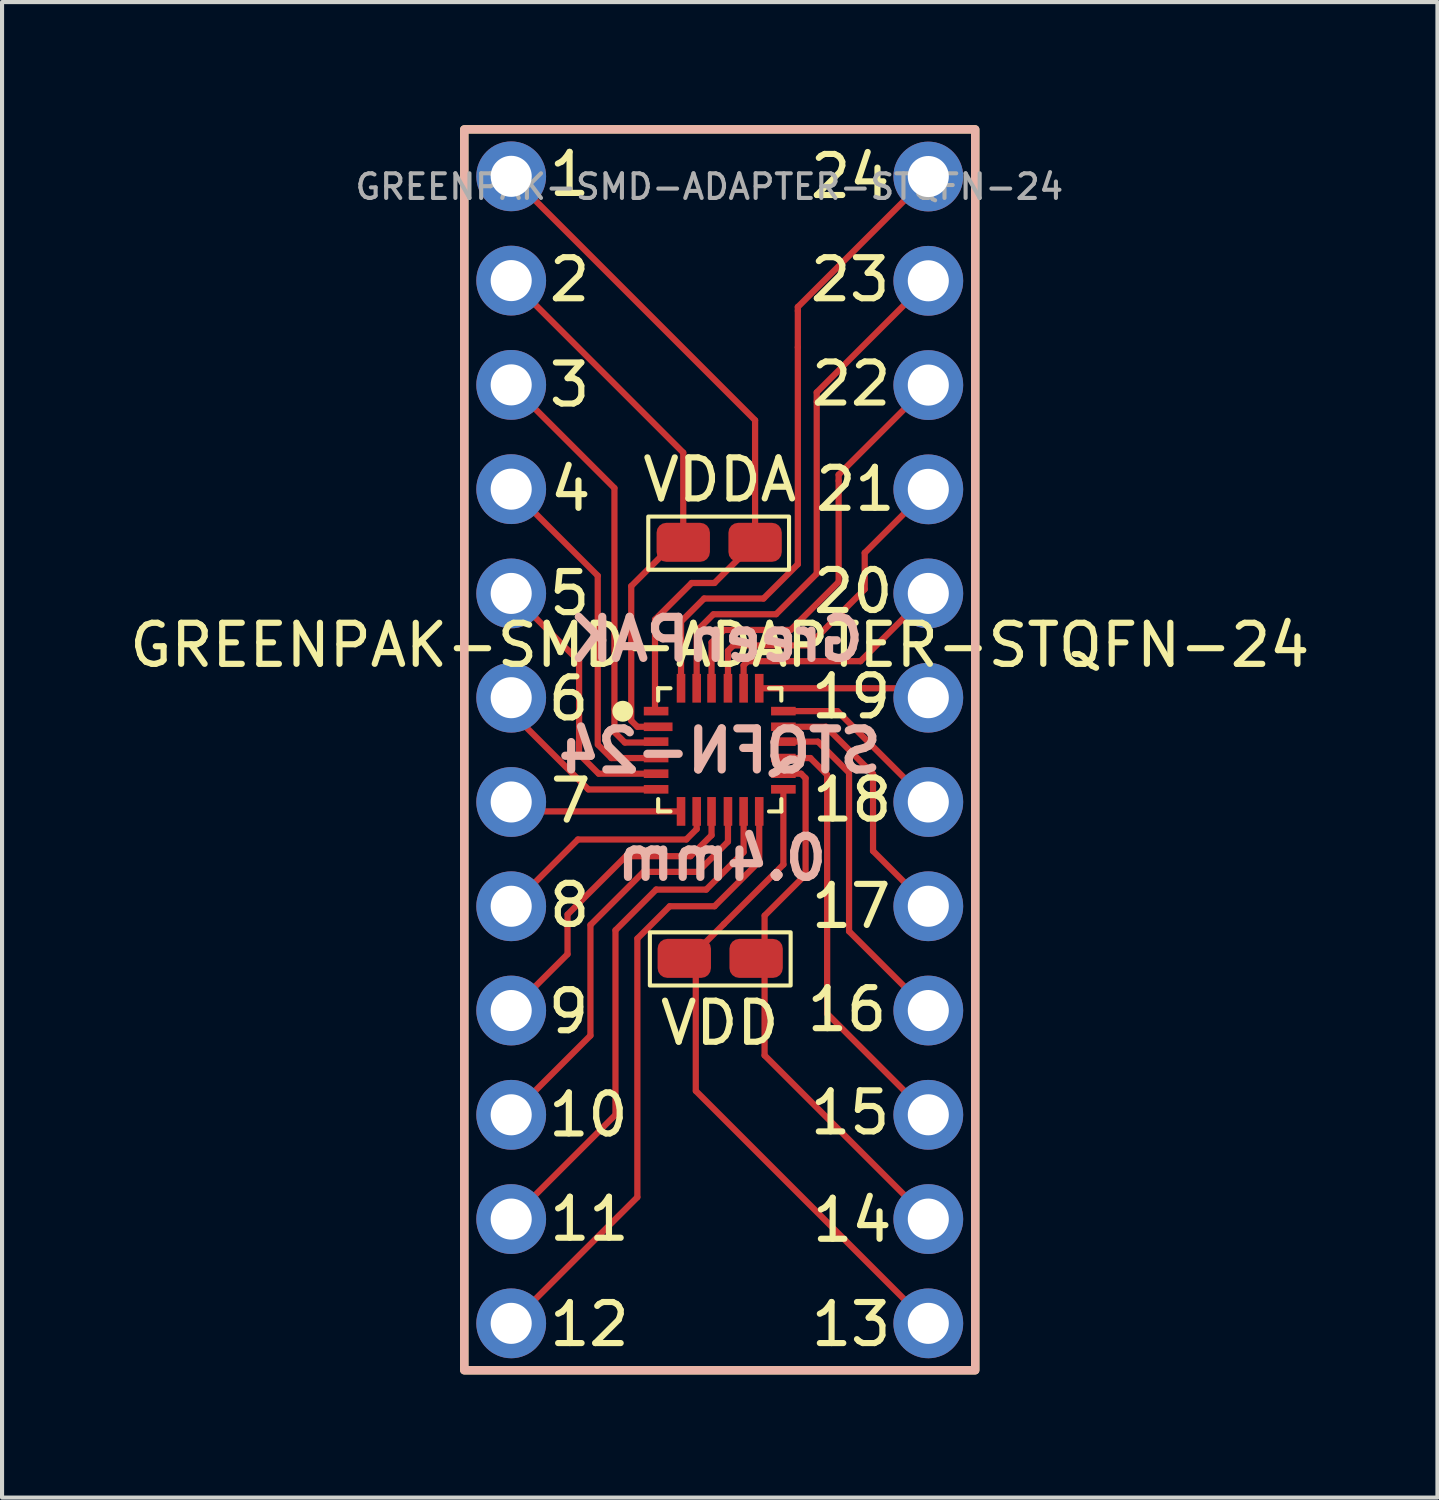
<source format=kicad_pcb>
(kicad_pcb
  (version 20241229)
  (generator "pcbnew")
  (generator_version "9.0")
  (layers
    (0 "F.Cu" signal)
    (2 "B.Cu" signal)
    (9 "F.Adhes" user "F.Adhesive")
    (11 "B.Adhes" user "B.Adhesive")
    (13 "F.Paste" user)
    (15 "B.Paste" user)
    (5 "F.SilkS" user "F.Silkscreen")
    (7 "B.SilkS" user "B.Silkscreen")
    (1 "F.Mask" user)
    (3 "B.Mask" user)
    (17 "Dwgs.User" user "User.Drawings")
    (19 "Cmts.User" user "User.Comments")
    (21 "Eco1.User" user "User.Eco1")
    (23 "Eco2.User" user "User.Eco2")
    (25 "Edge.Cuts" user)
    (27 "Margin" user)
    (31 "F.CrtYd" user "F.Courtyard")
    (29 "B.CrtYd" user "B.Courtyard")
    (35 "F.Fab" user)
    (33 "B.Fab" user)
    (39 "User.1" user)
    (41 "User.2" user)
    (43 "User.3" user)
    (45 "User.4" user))
  (footprint "GREENPAK-SMD-ADAPTER-STQFN-24"
    (layer "F.Cu")
    (at 14.482 15.215)
    (property "Reference" "GREENPAK-SMD-ADAPTER-STQFN-24" (at 0 -2.55 0) (layer "F.SilkS") (effects (font (size 1 1) (thickness 0.15))))
    (attr smd)
    (fp_line (start -5.328 -1.163) (end -3.203 0.962) (stroke (width 0.152) (type default)) (layer "F.Cu"))
    (fp_line (start -5.08 -13.97) (end 0.861 -8.029) (stroke (width 0.152) (type default)) (layer "F.Cu"))
    (fp_line (start -5.08 -11.43) (end -0.889 -7.239) (stroke (width 0.152) (type default)) (layer "F.Cu"))
    (fp_line (start -5.08 -8.89) (end -2.566 -6.376) (stroke (width 0.152) (type default)) (layer "F.Cu"))
    (fp_line (start -5.08 -6.35) (end -2.972 -4.242) (stroke (width 0.152) (type default)) (layer "F.Cu"))
    (fp_line (start -5.08 -3.81) (end -3.427 -2.157) (stroke (width 0.152) (type default)) (layer "F.Cu"))
    (fp_line (start -5.08 3.81) (end -3.454 2.184) (stroke (width 0.152) (type default)) (layer "F.Cu"))
    (fp_line (start -5.08 6.35) (end -3.708 4.978) (stroke (width 0.152) (type default)) (layer "F.Cu"))
    (fp_line (start -5.08 8.89) (end -3.15 6.96) (stroke (width 0.152) (type default)) (layer "F.Cu"))
    (fp_line (start -5.08 11.43) (end -2.54 8.89) (stroke (width 0.152) (type default)) (layer "F.Cu"))
    (fp_line (start -5.08 13.97) (end -2.007 10.897) (stroke (width 0.152) (type default)) (layer "F.Cu"))
    (fp_line (start -3.708 4.013) (end -3.708 4.978) (stroke (width 0.152) (type default)) (layer "F.Cu"))
    (fp_line (start -3.426 0.102) (end -3.426 -2.159) (stroke (width 0.152) (type default)) (layer "F.Cu"))
    (fp_line (start -3.2 0.965) (end -1.55 0.965) (stroke (width 0.152) (type default)) (layer "F.Cu"))
    (fp_line (start -3.15 4.267) (end -3.15 6.96) (stroke (width 0.152) (type default)) (layer "F.Cu"))
    (fp_line (start -2.972 -4.242) (end -2.972 -0.127) (stroke (width 0.152) (type default)) (layer "F.Cu"))
    (fp_line (start -2.951 0.58) (end -3.424 0.106) (stroke (width 0.152) (type default)) (layer "F.Cu"))
    (fp_line (start -2.642 0.2) (end -2.943 -0.102) (stroke (width 0.152) (type default)) (layer "F.Cu"))
    (fp_line (start -2.565 -6.375) (end -2.565 -0.991) (stroke (width 0.152) (type default)) (layer "F.Cu"))
    (fp_line (start -2.565 -0.991) (end -2.565 -0.432) (stroke (width 0.152) (type default)) (layer "F.Cu"))
    (fp_line (start -2.565 -0.432) (end -2.311 -0.178) (stroke (width 0.152) (type default)) (layer "F.Cu"))
    (fp_line (start -2.54 4.394) (end -2.54 8.89) (stroke (width 0.152) (type default)) (layer "F.Cu"))
    (fp_line (start -2.311 -0.178) (end -1.55 -0.178) (stroke (width 0.152) (type default)) (layer "F.Cu"))
    (fp_line (start -2.285 2.59) (end -3.704 4.008) (stroke (width 0.152) (type default)) (layer "F.Cu"))
    (fp_line (start -2.156 -3.988) (end -1.118 -5.026) (stroke (width 0.152) (type default)) (layer "F.Cu"))
    (fp_line (start -2.156 -0.711) (end -2.156 -3.988) (stroke (width 0.152) (type default)) (layer "F.Cu"))
    (fp_line (start -2.007 -0.562) (end -2.156 -0.711) (stroke (width 0.152) (type default)) (layer "F.Cu"))
    (fp_line (start -2.007 4.597) (end -2.007 10.897) (stroke (width 0.152) (type default)) (layer "F.Cu"))
    (fp_line (start -1.855 2.972) (end -3.147 4.264) (stroke (width 0.152) (type default)) (layer "F.Cu"))
    (fp_line (start -1.577 -3.175) (end -1.577 -1.048) (stroke (width 0.152) (type default)) (layer "F.Cu"))
    (fp_line (start -1.55 0.2) (end -2.642 0.2) (stroke (width 0.152) (type default)) (layer "F.Cu"))
    (fp_line (start -1.55 0.581) (end -2.946 0.581) (stroke (width 0.152) (type default)) (layer "F.Cu"))
    (fp_line (start -1.548 3.402) (end -2.539 4.394) (stroke (width 0.152) (type default)) (layer "F.Cu"))
    (fp_line (start -1.5 -0.562) (end -2.007 -0.562) (stroke (width 0.152) (type default)) (layer "F.Cu"))
    (fp_line (start -1.219 3.81) (end -2.004 4.595) (stroke (width 0.152) (type default)) (layer "F.Cu"))
    (fp_line (start -0.943 -3.124) (end -0.381 -3.686) (stroke (width 0.152) (type default)) (layer "F.Cu"))
    (fp_line (start -0.943 -1.5) (end -0.943 -3.124) (stroke (width 0.152) (type default)) (layer "F.Cu"))
    (fp_line (start -0.943 1.5) (end -5.08 1.5) (stroke (width 0.152) (type default)) (layer "F.Cu"))
    (fp_line (start -0.889 -5.055) (end -0.889 -7.239) (stroke (width 0.152) (type default)) (layer "F.Cu"))
    (fp_line (start -0.813 2.184) (end -3.454 2.184) (stroke (width 0.152) (type default)) (layer "F.Cu"))
    (fp_line (start -0.711 2.591) (end -2.286 2.591) (stroke (width 0.152) (type default)) (layer "F.Cu"))
    (fp_line (start -0.686 -4.063) (end -1.574 -3.176) (stroke (width 0.152) (type default)) (layer "F.Cu"))
    (fp_line (start -0.584 5.08) (end -0.584 8.306) (stroke (width 0.152) (type default)) (layer "F.Cu"))
    (fp_line (start -0.562 -2.896) (end -0.158 -3.3) (stroke (width 0.152) (type default)) (layer "F.Cu"))
    (fp_line (start -0.562 -1.5) (end -0.562 -2.896) (stroke (width 0.152) (type default)) (layer "F.Cu"))
    (fp_line (start -0.562 1.5) (end -0.562 1.93) (stroke (width 0.152) (type default)) (layer "F.Cu"))
    (fp_line (start -0.562 1.93) (end -0.813 2.181) (stroke (width 0.152) (type default)) (layer "F.Cu"))
    (fp_line (start -0.533 2.972) (end -1.854 2.972) (stroke (width 0.152) (type default)) (layer "F.Cu"))
    (fp_line (start -0.381 -3.686) (end 1.067 -3.686) (stroke (width 0.152) (type default)) (layer "F.Cu"))
    (fp_line (start -0.33 3.404) (end -1.549 3.404) (stroke (width 0.152) (type default)) (layer "F.Cu"))
    (fp_line (start -0.2 -2.616) (end 0.105 -2.921) (stroke (width 0.152) (type default)) (layer "F.Cu"))
    (fp_line (start -0.2 -1.5) (end -0.2 -2.616) (stroke (width 0.152) (type default)) (layer "F.Cu"))
    (fp_line (start -0.2 1.5) (end -0.2 2.083) (stroke (width 0.152) (type default)) (layer "F.Cu"))
    (fp_line (start -0.199 2.079) (end -0.711 2.59) (stroke (width 0.152) (type default)) (layer "F.Cu"))
    (fp_line (start -0.152 -3.302) (end 1.372 -3.302) (stroke (width 0.152) (type default)) (layer "F.Cu"))
    (fp_line (start -0.127 -4.064) (end -0.686 -4.064) (stroke (width 0.152) (type default)) (layer "F.Cu"))
    (fp_line (start -0.127 3.81) (end -1.219 3.81) (stroke (width 0.152) (type default)) (layer "F.Cu"))
    (fp_line (start 0.101 4.242) (end -0.559 4.902) (stroke (width 0.152) (type default)) (layer "F.Cu"))
    (fp_line (start 0.102 -2.921) (end 1.727 -2.921) (stroke (width 0.152) (type default)) (layer "F.Cu"))
    (fp_line (start 0.197 2.241) (end -0.53 2.968) (stroke (width 0.152) (type default)) (layer "F.Cu"))
    (fp_line (start 0.2 -2.413) (end 0.33 -2.543) (stroke (width 0.152) (type default)) (layer "F.Cu"))
    (fp_line (start 0.2 -1.5) (end 0.2 -2.413) (stroke (width 0.152) (type default)) (layer "F.Cu"))
    (fp_line (start 0.2 1.5) (end 0.2 2.235) (stroke (width 0.152) (type default)) (layer "F.Cu"))
    (fp_line (start 0.33 -2.543) (end 2.159 -2.543) (stroke (width 0.152) (type default)) (layer "F.Cu"))
    (fp_line (start 0.581 2.493) (end -0.33 3.404) (stroke (width 0.152) (type default)) (layer "F.Cu"))
    (fp_line (start 0.581 -2.057) (end 0.681 -2.157) (stroke (width 0.152) (type default)) (layer "F.Cu"))
    (fp_line (start 0.581 -1.5) (end 0.581 -2.057) (stroke (width 0.152) (type default)) (layer "F.Cu"))
    (fp_line (start 0.581 1.5) (end 0.581 2.489) (stroke (width 0.152) (type default)) (layer "F.Cu"))
    (fp_line (start 0.686 -2.159) (end 3.429 -2.159) (stroke (width 0.152) (type default)) (layer "F.Cu"))
    (fp_line (start 0.861 -5.055) (end -0.127 -4.067) (stroke (width 0.152) (type default)) (layer "F.Cu"))
    (fp_line (start 0.861 -5.055) (end 0.861 -8.026) (stroke (width 0.152) (type default)) (layer "F.Cu"))
    (fp_line (start 0.962 -1.5) (end 3.531 -1.5) (stroke (width 0.152) (type default)) (layer "F.Cu"))
    (fp_line (start 0.962 1.5) (end 0.962 2.718) (stroke (width 0.152) (type default)) (layer "F.Cu"))
    (fp_line (start 0.962 2.721) (end -0.126 3.809) (stroke (width 0.152) (type default)) (layer "F.Cu"))
    (fp_line (start 1.067 -3.686) (end 1.902 -4.521) (stroke (width 0.152) (type default)) (layer "F.Cu"))
    (fp_line (start 1.092 4.039) (end 1.092 7.442) (stroke (width 0.152) (type default)) (layer "F.Cu"))
    (fp_line (start 1.095 4.036) (end 2.09 3.041) (stroke (width 0.152) (type default)) (layer "F.Cu"))
    (fp_line (start 1.376 -3.307) (end 2.363 -4.293) (stroke (width 0.152) (type default)) (layer "F.Cu"))
    (fp_line (start 1.55 -0.562) (end 2.591 -0.562) (stroke (width 0.152) (type default)) (layer "F.Cu"))
    (fp_line (start 1.55 -0.2) (end 2.388 -0.2) (stroke (width 0.152) (type default)) (layer "F.Cu"))
    (fp_line (start 1.55 0.2) (end 2.21 0.2) (stroke (width 0.152) (type default)) (layer "F.Cu"))
    (fp_line (start 1.55 0.581) (end 1.981 0.581) (stroke (width 0.152) (type default)) (layer "F.Cu"))
    (fp_line (start 1.55 0.962) (end 1.55 2.794) (stroke (width 0.152) (type default)) (layer "F.Cu"))
    (fp_line (start 1.552 2.792) (end 0.101 4.242) (stroke (width 0.152) (type default)) (layer "F.Cu"))
    (fp_line (start 1.73 -2.923) (end 2.883 -4.077) (stroke (width 0.152) (type default)) (layer "F.Cu"))
    (fp_line (start 1.85 -0.943) (end 2.87 -0.943) (stroke (width 0.152) (type default)) (layer "F.Cu"))
    (fp_line (start 1.902 -10.693) (end 1.902 -10.79) (stroke (width 0.152) (type default)) (layer "F.Cu"))
    (fp_line (start 1.902 -9.804) (end 1.902 -10.693) (stroke (width 0.152) (type default)) (layer "F.Cu"))
    (fp_line (start 1.902 -4.521) (end 1.902 -9.804) (stroke (width 0.152) (type default)) (layer "F.Cu"))
    (fp_line (start 1.981 0.581) (end 2.091 0.691) (stroke (width 0.152) (type default)) (layer "F.Cu"))
    (fp_line (start 2.091 0.691) (end 2.091 3.041) (stroke (width 0.152) (type default)) (layer "F.Cu"))
    (fp_line (start 2.163 -2.544) (end 3.531 -3.912) (stroke (width 0.152) (type default)) (layer "F.Cu"))
    (fp_line (start 2.207 0.2) (end 2.616 0.609) (stroke (width 0.152) (type default)) (layer "F.Cu"))
    (fp_line (start 2.362 -8.484) (end 2.362 -8.707) (stroke (width 0.152) (type default)) (layer "F.Cu"))
    (fp_line (start 2.362 -4.293) (end 2.362 -8.484) (stroke (width 0.152) (type default)) (layer "F.Cu"))
    (fp_line (start 2.391 -0.2) (end 3.15 0.559) (stroke (width 0.152) (type default)) (layer "F.Cu"))
    (fp_line (start 2.585 -0.564) (end 3.732 0.583) (stroke (width 0.152) (type default)) (layer "F.Cu"))
    (fp_line (start 2.616 0.61) (end 2.616 6.426) (stroke (width 0.152) (type default)) (layer "F.Cu"))
    (fp_line (start 2.896 -6.553) (end 2.896 -6.701) (stroke (width 0.152) (type default)) (layer "F.Cu"))
    (fp_line (start 2.896 -4.089) (end 2.896 -6.553) (stroke (width 0.152) (type default)) (layer "F.Cu"))
    (fp_line (start 3.15 0.586) (end 3.15 4.42) (stroke (width 0.152) (type default)) (layer "F.Cu"))
    (fp_line (start 3.531 -3.912) (end 3.531 -4.801) (stroke (width 0.152) (type default)) (layer "F.Cu"))
    (fp_line (start 3.531 -1.5) (end 4.775 -1.5) (stroke (width 0.152) (type default)) (layer "F.Cu"))
    (fp_line (start 3.734 0.584) (end 3.734 2.464) (stroke (width 0.152) (type default)) (layer "F.Cu"))
    (fp_line (start 5.08 -13.965) (end 1.902 -10.787) (stroke (width 0.152) (type default)) (layer "F.Cu"))
    (fp_line (start 5.08 -11.425) (end 2.362 -8.707) (stroke (width 0.152) (type default)) (layer "F.Cu"))
    (fp_line (start 5.08 -8.885) (end 2.896 -6.701) (stroke (width 0.152) (type default)) (layer "F.Cu"))
    (fp_line (start 5.08 -6.345) (end 3.531 -4.796) (stroke (width 0.152) (type default)) (layer "F.Cu"))
    (fp_line (start 5.08 -3.81) (end 3.429 -2.159) (stroke (width 0.152) (type default)) (layer "F.Cu"))
    (fp_line (start 5.08 1.27) (end 2.87 -0.94) (stroke (width 0.152) (type default)) (layer "F.Cu"))
    (fp_line (start 5.08 3.81) (end 3.733 2.463) (stroke (width 0.152) (type default)) (layer "F.Cu"))
    (fp_line (start 5.08 6.35) (end 3.15 4.42) (stroke (width 0.152) (type default)) (layer "F.Cu"))
    (fp_line (start 5.08 8.89) (end 2.615 6.425) (stroke (width 0.152) (type default)) (layer "F.Cu"))
    (fp_line (start 5.08 11.43) (end 1.092 7.442) (stroke (width 0.152) (type default)) (layer "F.Cu"))
    (fp_line (start 5.08 13.97) (end -0.58 8.31) (stroke (width 0.152) (type default)) (layer "F.Cu"))
    (fp_line (start -1.5 -1.5) (end -1.5 -1.2) (stroke (width 0.1) (type default)) (layer "F.SilkS"))
    (fp_line (start -1.5 -1.5) (end -1.2 -1.5) (stroke (width 0.1) (type default)) (layer "F.SilkS"))
    (fp_line (start -1.5 1.5) (end -1.5 1.2) (stroke (width 0.1) (type default)) (layer "F.SilkS"))
    (fp_line (start -1.5 1.5) (end -1.2 1.5) (stroke (width 0.1) (type default)) (layer "F.SilkS"))
    (fp_line (start 1.5 -1.5) (end 1.2 -1.5) (stroke (width 0.1) (type default)) (layer "F.SilkS"))
    (fp_line (start 1.5 -1.5) (end 1.5 -1.2) (stroke (width 0.1) (type default)) (layer "F.SilkS"))
    (fp_line (start 1.5 1.5) (end 1.2 1.5) (stroke (width 0.1) (type default)) (layer "F.SilkS"))
    (fp_line (start 1.5 1.5) (end 1.5 1.2) (stroke (width 0.1) (type default)) (layer "F.SilkS"))
    (fp_rect (start -6.223 -15.113) (end 6.223 15.113) (stroke (width 0.203) (type solid)) (fill no) (layer "F.SilkS"))
    (fp_rect (start 1.688 -4.387) (end -1.741 -5.682) (stroke (width 0.1) (type default)) (fill no) (layer "F.SilkS"))
    (fp_rect (start 1.727 5.74) (end -1.702 4.445) (stroke (width 0.1) (type default)) (fill no) (layer "F.SilkS"))
    (fp_circle (center -2.362 -0.94) (end -2.112 -0.94) (stroke (width 0.01) (type solid)) (fill yes) (layer "F.SilkS"))
    (fp_rect (start -6.223 -15.113) (end 6.223 15.113) (stroke (width 0.203) (type solid)) (fill no) (layer "B.SilkS"))
    (fp_text user "14" (at 3.226 11.455 0) (unlocked yes) (layer "F.SilkS") (effects (font (size 1 1) (thickness 0.15))))
    (fp_text user "7" (at -3.632 1.245 0) (unlocked yes) (layer "F.SilkS") (effects (font (size 1 1) (thickness 0.15))))
    (fp_text user "11" (at -3.175 11.43 0) (unlocked yes) (layer "F.SilkS") (effects (font (size 1 1) (thickness 0.15))))
    (fp_text user "21" (at 3.302 -6.35 0) (unlocked yes) (layer "F.SilkS") (effects (font (size 1 1) (thickness 0.15))))
    (fp_text user "23" (at 3.175 -11.455 0) (unlocked yes) (layer "F.SilkS") (effects (font (size 1 1) (thickness 0.15))))
    (fp_text user "VDD" (at 0 6.655 0) (unlocked yes) (layer "F.SilkS") (effects (font (size 1 1) (thickness 0.15))))
    (fp_text user "15" (at 3.175 8.839 0) (unlocked yes) (layer "F.SilkS") (effects (font (size 1 1) (thickness 0.15))))
    (fp_text user "3" (at -3.658 -8.89 0) (unlocked yes) (layer "F.SilkS") (effects (font (size 1 1) (thickness 0.15))))
    (fp_text user "16" (at 3.099 6.325 0) (unlocked yes) (layer "F.SilkS") (effects (font (size 1 1) (thickness 0.15))))
    (fp_text user "9" (at -3.683 6.375 0) (unlocked yes) (layer "F.SilkS") (effects (font (size 1 1) (thickness 0.15))))
    (fp_text user "4" (at -3.632 -6.35 0) (unlocked yes) (layer "F.SilkS") (effects (font (size 1 1) (thickness 0.15))))
    (fp_text user "1" (at -3.658 -14.021 0) (unlocked yes) (layer "F.SilkS") (effects (font (size 1 1) (thickness 0.15))))
    (fp_text user "20" (at 3.251 -3.861 0) (unlocked yes) (layer "F.SilkS") (effects (font (size 1 1) (thickness 0.15))))
    (fp_text user "6" (at -3.683 -1.245 0) (unlocked yes) (layer "F.SilkS") (effects (font (size 1 1) (thickness 0.15))))
    (fp_text user "22" (at 3.2 -8.915 0) (unlocked yes) (layer "F.SilkS") (effects (font (size 1 1) (thickness 0.15))))
    (fp_text user "19" (at 3.2 -1.295 0) (unlocked yes) (layer "F.SilkS") (effects (font (size 1 1) (thickness 0.15))))
    (fp_text user "17" (at 3.2 3.81 0) (unlocked yes) (layer "F.SilkS") (effects (font (size 1 1) (thickness 0.15))))
    (fp_text user "12" (at -3.175 13.995 0) (unlocked yes) (layer "F.SilkS") (effects (font (size 1 1) (thickness 0.15))))
    (fp_text user "13" (at 3.2 13.995 0) (unlocked yes) (layer "F.SilkS") (effects (font (size 1 1) (thickness 0.15))))
    (fp_text user "5" (at -3.658 -3.81 0) (unlocked yes) (layer "F.SilkS") (effects (font (size 1 1) (thickness 0.15))))
    (fp_text user "18" (at 3.226 1.219 0) (unlocked yes) (layer "F.SilkS") (effects (font (size 1 1) (thickness 0.15))))
    (fp_text user "24" (at 3.175 -13.97 0) (unlocked yes) (layer "F.SilkS") (effects (font (size 1 1) (thickness 0.15))))
    (fp_text user "8" (at -3.658 3.785 0) (unlocked yes) (layer "F.SilkS") (effects (font (size 1 1) (thickness 0.15))))
    (fp_text user "VDDA" (at 0 -6.579 0) (unlocked yes) (layer "F.SilkS") (effects (font (size 1 1) (thickness 0.15))))
    (fp_text user "2" (at -3.658 -11.455 0) (unlocked yes) (layer "F.SilkS") (effects (font (size 1 1) (thickness 0.15))))
    (fp_text user "10" (at -3.2 8.89 0) (unlocked yes) (layer "F.SilkS") (effects (font (size 1 1) (thickness 0.15))))
    (fp_text user "0.4mm" (at 0.051 2.642 0) (unlocked yes) (layer "B.SilkS") (effects (font (size 1 1) (thickness 0.2) (bold yes)) (justify mirror)))
    (fp_text user "STQFN-24" (at 0 0.025 0) (unlocked yes) (layer "B.SilkS") (effects (font (size 1 1) (thickness 0.2) (bold yes)) (justify mirror)))
    (fp_text user "GreenPAK" (at -0.076 -2.692 0) (unlocked yes) (layer "B.SilkS") (effects (font (size 1 1) (thickness 0.2) (bold yes)) (justify mirror)))
    (fp_text user "${REFERENCE}" (at -0.254 -13.716 0) (layer "F.Fab") (effects (font (size 0.6 0.6) (thickness 0.1))))
    (pad "1" thru_hole circle (at -5.08 -13.97) (size 1.7 1.7) (drill 1) (layers "*.Cu" "*.Mask"))
    (pad "1" smd rect (at -1.55 -0.943) (size 0.6 0.21) (layers "F.Cu" "F.Mask" "F.Paste"))
    (pad "1" smd roundrect (at 0.861 -5.055 180) (size 1.3 0.95) (layers "F.Cu" "F.Mask" "F.Paste") (roundrect_rratio 0.25))
    (pad "2" thru_hole circle (at -5.08 -11.43) (size 1.7 1.7) (drill 1) (layers "*.Cu" "*.Mask"))
    (pad "2" smd rect (at -1.5 -0.562) (size 0.7 0.21) (layers "F.Cu" "F.Mask" "F.Paste"))
    (pad "2" smd roundrect (at -0.889 -5.055 180) (size 1.3 0.95) (layers "F.Cu" "F.Mask" "F.Paste") (roundrect_rratio 0.25))
    (pad "3" thru_hole circle (at -5.08 -8.89) (size 1.7 1.7) (drill 1) (layers "*.Cu" "*.Mask"))
    (pad "3" smd rect (at -1.55 -0.2) (size 0.6 0.21) (layers "F.Cu" "F.Mask" "F.Paste"))
    (pad "4" thru_hole circle (at -5.08 -6.35) (size 1.7 1.7) (drill 1) (layers "*.Cu" "*.Mask"))
    (pad "4" smd rect (at -1.55 0.2) (size 0.6 0.21) (layers "F.Cu" "F.Mask" "F.Paste"))
    (pad "5" thru_hole circle (at -5.08 -3.81) (size 1.7 1.7) (drill 1) (layers "*.Cu" "*.Mask"))
    (pad "5" smd rect (at -1.55 0.581) (size 0.6 0.21) (layers "F.Cu" "F.Mask" "F.Paste"))
    (pad "6" thru_hole circle (at -5.08 -1.27) (size 1.7 1.7) (drill 1) (layers "*.Cu" "*.Mask"))
    (pad "6" smd rect (at -1.55 0.962) (size 0.6 0.21) (layers "F.Cu" "F.Mask" "F.Paste"))
    (pad "7" thru_hole circle (at -5.08 1.27) (size 1.7 1.7) (drill 1) (layers "*.Cu" "*.Mask"))
    (pad "7" smd rect (at -0.943 1.5 90) (size 0.7 0.21) (layers "F.Cu" "F.Mask" "F.Paste"))
    (pad "8" thru_hole circle (at -5.08 3.81) (size 1.7 1.7) (drill 1) (layers "*.Cu" "*.Mask"))
    (pad "8" smd rect (at -0.562 1.5 90) (size 0.7 0.21) (layers "F.Cu" "F.Mask" "F.Paste"))
    (pad "9" thru_hole circle (at -5.08 6.35) (size 1.7 1.7) (drill 1) (layers "*.Cu" "*.Mask"))
    (pad "9" smd rect (at -0.2 1.5 90) (size 0.7 0.21) (layers "F.Cu" "F.Mask" "F.Paste"))
    (pad "10" thru_hole circle (at -5.08 8.89) (size 1.7 1.7) (drill 1) (layers "*.Cu" "*.Mask"))
    (pad "10" smd rect (at 0.2 1.5 90) (size 0.7 0.21) (layers "F.Cu" "F.Mask" "F.Paste"))
    (pad "11" thru_hole circle (at -5.08 11.43) (size 1.7 1.7) (drill 1) (layers "*.Cu" "*.Mask"))
    (pad "11" smd rect (at 0.581 1.5 90) (size 0.7 0.21) (layers "F.Cu" "F.Mask" "F.Paste"))
    (pad "12" thru_hole circle (at -5.08 13.97) (size 1.7 1.7) (drill 1) (layers "*.Cu" "*.Mask"))
    (pad "12" smd rect (at 0.962 1.5 90) (size 0.7 0.21) (layers "F.Cu" "F.Mask" "F.Paste"))
    (pad "13" smd roundrect (at -0.864 5.08 180) (size 1.3 0.95) (layers "F.Cu" "F.Mask" "F.Paste") (roundrect_rratio 0.25))
    (pad "13" smd rect (at 1.55 0.962) (size 0.6 0.21) (layers "F.Cu" "F.Mask" "F.Paste"))
    (pad "13" thru_hole circle (at 5.08 13.97) (size 1.7 1.7) (drill 1) (layers "*.Cu" "*.Mask"))
    (pad "14" smd roundrect (at 0.886 5.08 180) (size 1.3 0.95) (layers "F.Cu" "F.Mask" "F.Paste") (roundrect_rratio 0.25))
    (pad "14" smd rect (at 1.55 0.581) (size 0.6 0.21) (layers "F.Cu" "F.Mask" "F.Paste"))
    (pad "14" thru_hole circle (at 5.08 11.43) (size 1.7 1.7) (drill 1) (layers "*.Cu" "*.Mask"))
    (pad "15" smd rect (at 1.55 0.2) (size 0.6 0.21) (layers "F.Cu" "F.Mask" "F.Paste"))
    (pad "15" thru_hole circle (at 5.08 8.89) (size 1.7 1.7) (drill 1) (layers "*.Cu" "*.Mask"))
    (pad "16" smd rect (at 1.55 -0.2) (size 0.6 0.21) (layers "F.Cu" "F.Mask" "F.Paste"))
    (pad "16" thru_hole circle (at 5.08 6.35) (size 1.7 1.7) (drill 1) (layers "*.Cu" "*.Mask"))
    (pad "17" smd rect (at 1.55 -0.562) (size 0.6 0.21) (layers "F.Cu" "F.Mask" "F.Paste"))
    (pad "17" thru_hole circle (at 5.08 3.81) (size 1.7 1.7) (drill 1) (layers "*.Cu" "*.Mask"))
    (pad "18" smd rect (at 1.55 -0.943) (size 0.6 0.21) (layers "F.Cu" "F.Mask" "F.Paste"))
    (pad "18" thru_hole circle (at 5.08 1.27) (size 1.7 1.7) (drill 1) (layers "*.Cu" "*.Mask"))
    (pad "19" smd rect (at 0.962 -1.5 90) (size 0.7 0.21) (layers "F.Cu" "F.Mask" "F.Paste"))
    (pad "19" thru_hole circle (at 5.08 -1.27) (size 1.7 1.7) (drill 1) (layers "*.Cu" "*.Mask"))
    (pad "20" smd rect (at 0.581 -1.5 90) (size 0.7 0.21) (layers "F.Cu" "F.Mask" "F.Paste"))
    (pad "20" thru_hole circle (at 5.08 -3.81) (size 1.7 1.7) (drill 1) (layers "*.Cu" "*.Mask"))
    (pad "21" smd rect (at 0.2 -1.5 90) (size 0.7 0.21) (layers "F.Cu" "F.Mask" "F.Paste"))
    (pad "21" thru_hole circle (at 5.08 -6.345) (size 1.7 1.7) (drill 1) (layers "*.Cu" "*.Mask"))
    (pad "22" smd rect (at -0.2 -1.5 90) (size 0.7 0.21) (layers "F.Cu" "F.Mask" "F.Paste"))
    (pad "22" thru_hole circle (at 5.08 -8.885) (size 1.7 1.7) (drill 1) (layers "*.Cu" "*.Mask"))
    (pad "23" smd rect (at -0.562 -1.5 90) (size 0.7 0.21) (layers "F.Cu" "F.Mask" "F.Paste"))
    (pad "23" thru_hole circle (at 5.08 -11.425) (size 1.7 1.7) (drill 1) (layers "*.Cu" "*.Mask"))
    (pad "24" smd rect (at -0.943 -1.5 90) (size 0.7 0.21) (layers "F.Cu" "F.Mask" "F.Paste"))
    (pad "24" thru_hole circle (at 5.08 -13.965) (size 1.7 1.7) (drill 1) (layers "*.Cu" "*.Mask")))
  (gr_rect
    (start -3 -3)
    (end 31.964 33.429)
    (stroke (width 0.1) (type default))
    (fill no)
    (layer "Edge.Cuts")))
</source>
